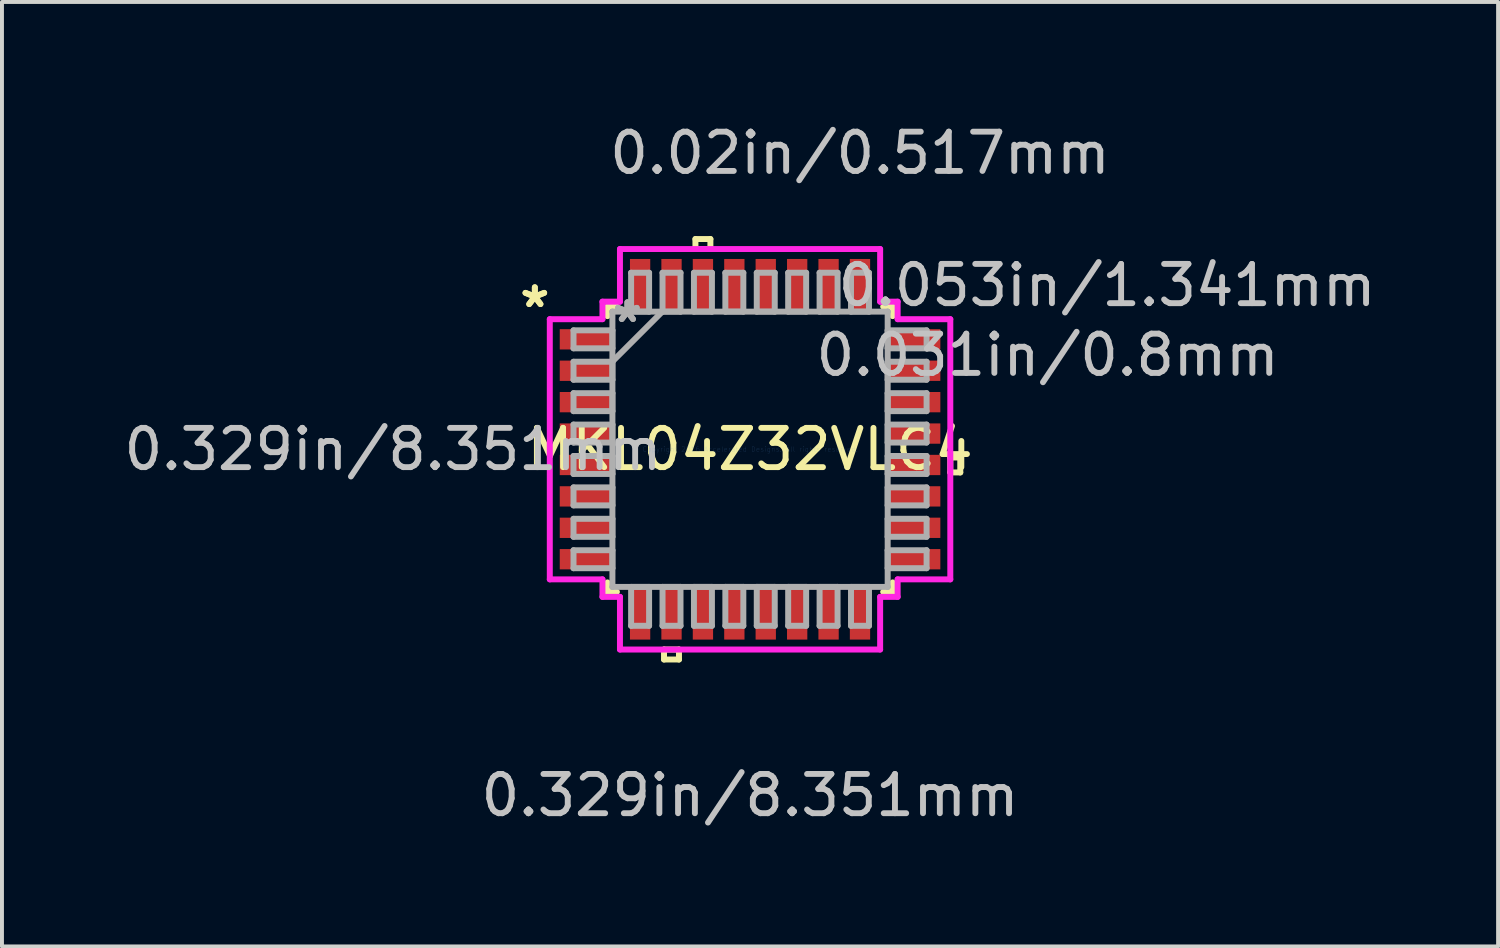
<source format=kicad_pcb>
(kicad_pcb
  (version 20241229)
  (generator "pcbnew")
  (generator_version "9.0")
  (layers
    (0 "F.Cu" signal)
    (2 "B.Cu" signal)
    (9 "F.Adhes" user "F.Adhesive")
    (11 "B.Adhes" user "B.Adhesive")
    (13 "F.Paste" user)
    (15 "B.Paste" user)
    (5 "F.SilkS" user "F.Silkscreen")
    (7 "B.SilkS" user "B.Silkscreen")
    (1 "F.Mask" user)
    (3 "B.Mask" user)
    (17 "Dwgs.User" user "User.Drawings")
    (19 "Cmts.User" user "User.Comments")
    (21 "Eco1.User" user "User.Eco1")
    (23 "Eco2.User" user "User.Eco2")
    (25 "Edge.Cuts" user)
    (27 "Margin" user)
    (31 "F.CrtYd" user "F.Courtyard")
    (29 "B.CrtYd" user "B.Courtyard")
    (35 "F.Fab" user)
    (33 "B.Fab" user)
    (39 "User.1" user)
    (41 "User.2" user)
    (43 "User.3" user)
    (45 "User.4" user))
  (footprint "MKL04Z32VLC4"
    (layer "F.Cu")
    (at 16.052 8.392)
    (property "Reference" "MKL04Z32VLC4" (at 0 0 0) (layer "F.SilkS") (effects (font (size 1 1) (thickness 0.15))))
    (attr through_hole)
    (fp_line (start -3.632 -3.632) (end -3.632 -3.391) (stroke (width 0.152) (type solid)) (layer "F.SilkS"))
    (fp_line (start -3.632 3.391) (end -3.632 3.632) (stroke (width 0.152) (type solid)) (layer "F.SilkS"))
    (fp_line (start -3.632 3.632) (end -3.391 3.632) (stroke (width 0.152) (type solid)) (layer "F.SilkS"))
    (fp_line (start -3.391 -3.632) (end -3.632 -3.632) (stroke (width 0.152) (type solid)) (layer "F.SilkS"))
    (fp_line (start -2.191 5.1) (end -2.191 5.354) (stroke (width 0.152) (type solid)) (layer "F.SilkS"))
    (fp_line (start -2.191 5.354) (end -1.81 5.354) (stroke (width 0.152) (type solid)) (layer "F.SilkS"))
    (fp_line (start -1.81 5.1) (end -2.191 5.1) (stroke (width 0.152) (type solid)) (layer "F.SilkS"))
    (fp_line (start -1.81 5.354) (end -1.81 5.1) (stroke (width 0.152) (type solid)) (layer "F.SilkS"))
    (fp_line (start -1.391 -5.354) (end -1.01 -5.354) (stroke (width 0.152) (type solid)) (layer "F.SilkS"))
    (fp_line (start -1.391 -5.1) (end -1.391 -5.354) (stroke (width 0.152) (type solid)) (layer "F.SilkS"))
    (fp_line (start -1.01 -5.354) (end -1.01 -5.1) (stroke (width 0.152) (type solid)) (layer "F.SilkS"))
    (fp_line (start -1.01 -5.1) (end -1.391 -5.1) (stroke (width 0.152) (type solid)) (layer "F.SilkS"))
    (fp_line (start 3.391 3.632) (end 3.632 3.632) (stroke (width 0.152) (type solid)) (layer "F.SilkS"))
    (fp_line (start 3.632 -3.632) (end 3.391 -3.632) (stroke (width 0.152) (type solid)) (layer "F.SilkS"))
    (fp_line (start 3.632 -3.391) (end 3.632 -3.632) (stroke (width 0.152) (type solid)) (layer "F.SilkS"))
    (fp_line (start 3.632 3.632) (end 3.632 3.391) (stroke (width 0.152) (type solid)) (layer "F.SilkS"))
    (fp_line (start 5.1 0.209) (end 5.354 0.209) (stroke (width 0.152) (type solid)) (layer "F.SilkS"))
    (fp_line (start 5.1 0.59) (end 5.1 0.209) (stroke (width 0.152) (type solid)) (layer "F.SilkS"))
    (fp_line (start 5.354 0.209) (end 5.354 0.59) (stroke (width 0.152) (type solid)) (layer "F.SilkS"))
    (fp_line (start 5.354 0.59) (end 5.1 0.59) (stroke (width 0.152) (type solid)) (layer "F.SilkS"))
    (fp_line (start -5.1 -3.313) (end -3.759 -3.313) (stroke (width 0.152) (type solid)) (layer "F.CrtYd"))
    (fp_line (start -5.1 3.313) (end -5.1 -3.313) (stroke (width 0.152) (type solid)) (layer "F.CrtYd"))
    (fp_line (start -3.759 -3.759) (end -3.313 -3.759) (stroke (width 0.152) (type solid)) (layer "F.CrtYd"))
    (fp_line (start -3.759 -3.313) (end -3.759 -3.759) (stroke (width 0.152) (type solid)) (layer "F.CrtYd"))
    (fp_line (start -3.759 3.313) (end -5.1 3.313) (stroke (width 0.152) (type solid)) (layer "F.CrtYd"))
    (fp_line (start -3.759 3.759) (end -3.759 3.313) (stroke (width 0.152) (type solid)) (layer "F.CrtYd"))
    (fp_line (start -3.313 -5.1) (end 3.313 -5.1) (stroke (width 0.152) (type solid)) (layer "F.CrtYd"))
    (fp_line (start -3.313 -3.759) (end -3.313 -5.1) (stroke (width 0.152) (type solid)) (layer "F.CrtYd"))
    (fp_line (start -3.313 3.759) (end -3.759 3.759) (stroke (width 0.152) (type solid)) (layer "F.CrtYd"))
    (fp_line (start -3.313 5.1) (end -3.313 3.759) (stroke (width 0.152) (type solid)) (layer "F.CrtYd"))
    (fp_line (start 3.313 -5.1) (end 3.313 -3.759) (stroke (width 0.152) (type solid)) (layer "F.CrtYd"))
    (fp_line (start 3.313 -3.759) (end 3.759 -3.759) (stroke (width 0.152) (type solid)) (layer "F.CrtYd"))
    (fp_line (start 3.313 3.759) (end 3.313 5.1) (stroke (width 0.152) (type solid)) (layer "F.CrtYd"))
    (fp_line (start 3.313 5.1) (end -3.313 5.1) (stroke (width 0.152) (type solid)) (layer "F.CrtYd"))
    (fp_line (start 3.759 -3.759) (end 3.759 -3.313) (stroke (width 0.152) (type solid)) (layer "F.CrtYd"))
    (fp_line (start 3.759 -3.313) (end 5.1 -3.313) (stroke (width 0.152) (type solid)) (layer "F.CrtYd"))
    (fp_line (start 3.759 3.313) (end 3.759 3.759) (stroke (width 0.152) (type solid)) (layer "F.CrtYd"))
    (fp_line (start 3.759 3.759) (end 3.313 3.759) (stroke (width 0.152) (type solid)) (layer "F.CrtYd"))
    (fp_line (start 5.1 -3.313) (end 5.1 3.313) (stroke (width 0.152) (type solid)) (layer "F.CrtYd"))
    (fp_line (start 5.1 3.313) (end 3.759 3.313) (stroke (width 0.152) (type solid)) (layer "F.CrtYd"))
    (fp_line (start -4.496 -3.029) (end -4.496 -2.571) (stroke (width 0.152) (type solid)) (layer "F.Fab"))
    (fp_line (start -4.496 -2.571) (end -3.505 -2.571) (stroke (width 0.152) (type solid)) (layer "F.Fab"))
    (fp_line (start -4.496 -2.229) (end -4.496 -1.771) (stroke (width 0.152) (type solid)) (layer "F.Fab"))
    (fp_line (start -4.496 -1.771) (end -3.505 -1.771) (stroke (width 0.152) (type solid)) (layer "F.Fab"))
    (fp_line (start -4.496 -1.429) (end -4.496 -0.971) (stroke (width 0.152) (type solid)) (layer "F.Fab"))
    (fp_line (start -4.496 -0.971) (end -3.505 -0.971) (stroke (width 0.152) (type solid)) (layer "F.Fab"))
    (fp_line (start -4.496 -0.629) (end -4.496 -0.171) (stroke (width 0.152) (type solid)) (layer "F.Fab"))
    (fp_line (start -4.496 -0.171) (end -3.505 -0.171) (stroke (width 0.152) (type solid)) (layer "F.Fab"))
    (fp_line (start -4.496 0.171) (end -4.496 0.629) (stroke (width 0.152) (type solid)) (layer "F.Fab"))
    (fp_line (start -4.496 0.629) (end -3.505 0.629) (stroke (width 0.152) (type solid)) (layer "F.Fab"))
    (fp_line (start -4.496 0.971) (end -4.496 1.429) (stroke (width 0.152) (type solid)) (layer "F.Fab"))
    (fp_line (start -4.496 1.429) (end -3.505 1.429) (stroke (width 0.152) (type solid)) (layer "F.Fab"))
    (fp_line (start -4.496 1.771) (end -4.496 2.229) (stroke (width 0.152) (type solid)) (layer "F.Fab"))
    (fp_line (start -4.496 2.229) (end -3.505 2.229) (stroke (width 0.152) (type solid)) (layer "F.Fab"))
    (fp_line (start -4.496 2.571) (end -4.496 3.029) (stroke (width 0.152) (type solid)) (layer "F.Fab"))
    (fp_line (start -4.496 3.029) (end -3.505 3.029) (stroke (width 0.152) (type solid)) (layer "F.Fab"))
    (fp_line (start -3.505 -3.505) (end -3.505 -3.505) (stroke (width 0.152) (type solid)) (layer "F.Fab"))
    (fp_line (start -3.505 -3.505) (end -3.505 3.505) (stroke (width 0.152) (type solid)) (layer "F.Fab"))
    (fp_line (start -3.505 -3.029) (end -4.496 -3.029) (stroke (width 0.152) (type solid)) (layer "F.Fab"))
    (fp_line (start -3.505 -2.571) (end -3.505 -3.029) (stroke (width 0.152) (type solid)) (layer "F.Fab"))
    (fp_line (start -3.505 -2.235) (end -2.235 -3.505) (stroke (width 0.152) (type solid)) (layer "F.Fab"))
    (fp_line (start -3.505 -2.229) (end -4.496 -2.229) (stroke (width 0.152) (type solid)) (layer "F.Fab"))
    (fp_line (start -3.505 -1.771) (end -3.505 -2.229) (stroke (width 0.152) (type solid)) (layer "F.Fab"))
    (fp_line (start -3.505 -1.429) (end -4.496 -1.429) (stroke (width 0.152) (type solid)) (layer "F.Fab"))
    (fp_line (start -3.505 -0.971) (end -3.505 -1.429) (stroke (width 0.152) (type solid)) (layer "F.Fab"))
    (fp_line (start -3.505 -0.629) (end -4.496 -0.629) (stroke (width 0.152) (type solid)) (layer "F.Fab"))
    (fp_line (start -3.505 -0.171) (end -3.505 -0.629) (stroke (width 0.152) (type solid)) (layer "F.Fab"))
    (fp_line (start -3.505 0.171) (end -4.496 0.171) (stroke (width 0.152) (type solid)) (layer "F.Fab"))
    (fp_line (start -3.505 0.629) (end -3.505 0.171) (stroke (width 0.152) (type solid)) (layer "F.Fab"))
    (fp_line (start -3.505 0.971) (end -4.496 0.971) (stroke (width 0.152) (type solid)) (layer "F.Fab"))
    (fp_line (start -3.505 1.429) (end -3.505 0.971) (stroke (width 0.152) (type solid)) (layer "F.Fab"))
    (fp_line (start -3.505 1.771) (end -4.496 1.771) (stroke (width 0.152) (type solid)) (layer "F.Fab"))
    (fp_line (start -3.505 2.229) (end -3.505 1.771) (stroke (width 0.152) (type solid)) (layer "F.Fab"))
    (fp_line (start -3.505 2.571) (end -4.496 2.571) (stroke (width 0.152) (type solid)) (layer "F.Fab"))
    (fp_line (start -3.505 3.029) (end -3.505 2.571) (stroke (width 0.152) (type solid)) (layer "F.Fab"))
    (fp_line (start -3.505 3.505) (end -3.505 3.505) (stroke (width 0.152) (type solid)) (layer "F.Fab"))
    (fp_line (start -3.505 3.505) (end 3.505 3.505) (stroke (width 0.152) (type solid)) (layer "F.Fab"))
    (fp_line (start -3.029 -4.496) (end -3.029 -3.505) (stroke (width 0.152) (type solid)) (layer "F.Fab"))
    (fp_line (start -3.029 -3.505) (end -2.571 -3.505) (stroke (width 0.152) (type solid)) (layer "F.Fab"))
    (fp_line (start -3.029 3.505) (end -3.029 4.496) (stroke (width 0.152) (type solid)) (layer "F.Fab"))
    (fp_line (start -3.029 4.496) (end -2.571 4.496) (stroke (width 0.152) (type solid)) (layer "F.Fab"))
    (fp_line (start -2.571 -4.496) (end -3.029 -4.496) (stroke (width 0.152) (type solid)) (layer "F.Fab"))
    (fp_line (start -2.571 -3.505) (end -2.571 -4.496) (stroke (width 0.152) (type solid)) (layer "F.Fab"))
    (fp_line (start -2.571 3.505) (end -3.029 3.505) (stroke (width 0.152) (type solid)) (layer "F.Fab"))
    (fp_line (start -2.571 4.496) (end -2.571 3.505) (stroke (width 0.152) (type solid)) (layer "F.Fab"))
    (fp_line (start -2.229 -4.496) (end -2.229 -3.505) (stroke (width 0.152) (type solid)) (layer "F.Fab"))
    (fp_line (start -2.229 -3.505) (end -1.771 -3.505) (stroke (width 0.152) (type solid)) (layer "F.Fab"))
    (fp_line (start -2.229 3.505) (end -2.229 4.496) (stroke (width 0.152) (type solid)) (layer "F.Fab"))
    (fp_line (start -2.229 4.496) (end -1.771 4.496) (stroke (width 0.152) (type solid)) (layer "F.Fab"))
    (fp_line (start -1.771 -4.496) (end -2.229 -4.496) (stroke (width 0.152) (type solid)) (layer "F.Fab"))
    (fp_line (start -1.771 -3.505) (end -1.771 -4.496) (stroke (width 0.152) (type solid)) (layer "F.Fab"))
    (fp_line (start -1.771 3.505) (end -2.229 3.505) (stroke (width 0.152) (type solid)) (layer "F.Fab"))
    (fp_line (start -1.771 4.496) (end -1.771 3.505) (stroke (width 0.152) (type solid)) (layer "F.Fab"))
    (fp_line (start -1.429 -4.496) (end -1.429 -3.505) (stroke (width 0.152) (type solid)) (layer "F.Fab"))
    (fp_line (start -1.429 -3.505) (end -0.971 -3.505) (stroke (width 0.152) (type solid)) (layer "F.Fab"))
    (fp_line (start -1.429 3.505) (end -1.429 4.496) (stroke (width 0.152) (type solid)) (layer "F.Fab"))
    (fp_line (start -1.429 4.496) (end -0.971 4.496) (stroke (width 0.152) (type solid)) (layer "F.Fab"))
    (fp_line (start -0.971 -4.496) (end -1.429 -4.496) (stroke (width 0.152) (type solid)) (layer "F.Fab"))
    (fp_line (start -0.971 -3.505) (end -0.971 -4.496) (stroke (width 0.152) (type solid)) (layer "F.Fab"))
    (fp_line (start -0.971 3.505) (end -1.429 3.505) (stroke (width 0.152) (type solid)) (layer "F.Fab"))
    (fp_line (start -0.971 4.496) (end -0.971 3.505) (stroke (width 0.152) (type solid)) (layer "F.Fab"))
    (fp_line (start -0.629 -4.496) (end -0.629 -3.505) (stroke (width 0.152) (type solid)) (layer "F.Fab"))
    (fp_line (start -0.629 -3.505) (end -0.171 -3.505) (stroke (width 0.152) (type solid)) (layer "F.Fab"))
    (fp_line (start -0.629 3.505) (end -0.629 4.496) (stroke (width 0.152) (type solid)) (layer "F.Fab"))
    (fp_line (start -0.629 4.496) (end -0.171 4.496) (stroke (width 0.152) (type solid)) (layer "F.Fab"))
    (fp_line (start -0.171 -4.496) (end -0.629 -4.496) (stroke (width 0.152) (type solid)) (layer "F.Fab"))
    (fp_line (start -0.171 -3.505) (end -0.171 -4.496) (stroke (width 0.152) (type solid)) (layer "F.Fab"))
    (fp_line (start -0.171 3.505) (end -0.629 3.505) (stroke (width 0.152) (type solid)) (layer "F.Fab"))
    (fp_line (start -0.171 4.496) (end -0.171 3.505) (stroke (width 0.152) (type solid)) (layer "F.Fab"))
    (fp_line (start 0.171 -4.496) (end 0.171 -3.505) (stroke (width 0.152) (type solid)) (layer "F.Fab"))
    (fp_line (start 0.171 -3.505) (end 0.629 -3.505) (stroke (width 0.152) (type solid)) (layer "F.Fab"))
    (fp_line (start 0.171 3.505) (end 0.171 4.496) (stroke (width 0.152) (type solid)) (layer "F.Fab"))
    (fp_line (start 0.171 4.496) (end 0.629 4.496) (stroke (width 0.152) (type solid)) (layer "F.Fab"))
    (fp_line (start 0.629 -4.496) (end 0.171 -4.496) (stroke (width 0.152) (type solid)) (layer "F.Fab"))
    (fp_line (start 0.629 -3.505) (end 0.629 -4.496) (stroke (width 0.152) (type solid)) (layer "F.Fab"))
    (fp_line (start 0.629 3.505) (end 0.171 3.505) (stroke (width 0.152) (type solid)) (layer "F.Fab"))
    (fp_line (start 0.629 4.496) (end 0.629 3.505) (stroke (width 0.152) (type solid)) (layer "F.Fab"))
    (fp_line (start 0.971 -4.496) (end 0.971 -3.505) (stroke (width 0.152) (type solid)) (layer "F.Fab"))
    (fp_line (start 0.971 -3.505) (end 1.429 -3.505) (stroke (width 0.152) (type solid)) (layer "F.Fab"))
    (fp_line (start 0.971 3.505) (end 0.971 4.496) (stroke (width 0.152) (type solid)) (layer "F.Fab"))
    (fp_line (start 0.971 4.496) (end 1.429 4.496) (stroke (width 0.152) (type solid)) (layer "F.Fab"))
    (fp_line (start 1.429 -4.496) (end 0.971 -4.496) (stroke (width 0.152) (type solid)) (layer "F.Fab"))
    (fp_line (start 1.429 -3.505) (end 1.429 -4.496) (stroke (width 0.152) (type solid)) (layer "F.Fab"))
    (fp_line (start 1.429 3.505) (end 0.971 3.505) (stroke (width 0.152) (type solid)) (layer "F.Fab"))
    (fp_line (start 1.429 4.496) (end 1.429 3.505) (stroke (width 0.152) (type solid)) (layer "F.Fab"))
    (fp_line (start 1.771 -4.496) (end 1.771 -3.505) (stroke (width 0.152) (type solid)) (layer "F.Fab"))
    (fp_line (start 1.771 -3.505) (end 2.229 -3.505) (stroke (width 0.152) (type solid)) (layer "F.Fab"))
    (fp_line (start 1.771 3.505) (end 1.771 4.496) (stroke (width 0.152) (type solid)) (layer "F.Fab"))
    (fp_line (start 1.771 4.496) (end 2.229 4.496) (stroke (width 0.152) (type solid)) (layer "F.Fab"))
    (fp_line (start 2.229 -4.496) (end 1.771 -4.496) (stroke (width 0.152) (type solid)) (layer "F.Fab"))
    (fp_line (start 2.229 -3.505) (end 2.229 -4.496) (stroke (width 0.152) (type solid)) (layer "F.Fab"))
    (fp_line (start 2.229 3.505) (end 1.771 3.505) (stroke (width 0.152) (type solid)) (layer "F.Fab"))
    (fp_line (start 2.229 4.496) (end 2.229 3.505) (stroke (width 0.152) (type solid)) (layer "F.Fab"))
    (fp_line (start 2.571 -4.496) (end 2.571 -3.505) (stroke (width 0.152) (type solid)) (layer "F.Fab"))
    (fp_line (start 2.571 -3.505) (end 3.029 -3.505) (stroke (width 0.152) (type solid)) (layer "F.Fab"))
    (fp_line (start 2.571 3.505) (end 2.571 4.496) (stroke (width 0.152) (type solid)) (layer "F.Fab"))
    (fp_line (start 2.571 4.496) (end 3.029 4.496) (stroke (width 0.152) (type solid)) (layer "F.Fab"))
    (fp_line (start 3.029 -4.496) (end 2.571 -4.496) (stroke (width 0.152) (type solid)) (layer "F.Fab"))
    (fp_line (start 3.029 -3.505) (end 3.029 -4.496) (stroke (width 0.152) (type solid)) (layer "F.Fab"))
    (fp_line (start 3.029 3.505) (end 2.571 3.505) (stroke (width 0.152) (type solid)) (layer "F.Fab"))
    (fp_line (start 3.029 4.496) (end 3.029 3.505) (stroke (width 0.152) (type solid)) (layer "F.Fab"))
    (fp_line (start 3.505 -3.505) (end -3.505 -3.505) (stroke (width 0.152) (type solid)) (layer "F.Fab"))
    (fp_line (start 3.505 -3.505) (end 3.505 -3.505) (stroke (width 0.152) (type solid)) (layer "F.Fab"))
    (fp_line (start 3.505 -3.029) (end 3.505 -2.571) (stroke (width 0.152) (type solid)) (layer "F.Fab"))
    (fp_line (start 3.505 -2.571) (end 4.496 -2.571) (stroke (width 0.152) (type solid)) (layer "F.Fab"))
    (fp_line (start 3.505 -2.229) (end 3.505 -1.771) (stroke (width 0.152) (type solid)) (layer "F.Fab"))
    (fp_line (start 3.505 -1.771) (end 4.496 -1.771) (stroke (width 0.152) (type solid)) (layer "F.Fab"))
    (fp_line (start 3.505 -1.429) (end 3.505 -0.971) (stroke (width 0.152) (type solid)) (layer "F.Fab"))
    (fp_line (start 3.505 -0.971) (end 4.496 -0.971) (stroke (width 0.152) (type solid)) (layer "F.Fab"))
    (fp_line (start 3.505 -0.629) (end 3.505 -0.171) (stroke (width 0.152) (type solid)) (layer "F.Fab"))
    (fp_line (start 3.505 -0.171) (end 4.496 -0.171) (stroke (width 0.152) (type solid)) (layer "F.Fab"))
    (fp_line (start 3.505 0.171) (end 3.505 0.629) (stroke (width 0.152) (type solid)) (layer "F.Fab"))
    (fp_line (start 3.505 0.629) (end 4.496 0.629) (stroke (width 0.152) (type solid)) (layer "F.Fab"))
    (fp_line (start 3.505 0.971) (end 3.505 1.429) (stroke (width 0.152) (type solid)) (layer "F.Fab"))
    (fp_line (start 3.505 1.429) (end 4.496 1.429) (stroke (width 0.152) (type solid)) (layer "F.Fab"))
    (fp_line (start 3.505 1.771) (end 3.505 2.229) (stroke (width 0.152) (type solid)) (layer "F.Fab"))
    (fp_line (start 3.505 2.229) (end 4.496 2.229) (stroke (width 0.152) (type solid)) (layer "F.Fab"))
    (fp_line (start 3.505 2.571) (end 3.505 3.029) (stroke (width 0.152) (type solid)) (layer "F.Fab"))
    (fp_line (start 3.505 3.029) (end 4.496 3.029) (stroke (width 0.152) (type solid)) (layer "F.Fab"))
    (fp_line (start 3.505 3.505) (end 3.505 -3.505) (stroke (width 0.152) (type solid)) (layer "F.Fab"))
    (fp_line (start 3.505 3.505) (end 3.505 3.505) (stroke (width 0.152) (type solid)) (layer "F.Fab"))
    (fp_line (start 4.496 -3.029) (end 3.505 -3.029) (stroke (width 0.152) (type solid)) (layer "F.Fab"))
    (fp_line (start 4.496 -2.571) (end 4.496 -3.029) (stroke (width 0.152) (type solid)) (layer "F.Fab"))
    (fp_line (start 4.496 -2.229) (end 3.505 -2.229) (stroke (width 0.152) (type solid)) (layer "F.Fab"))
    (fp_line (start 4.496 -1.771) (end 4.496 -2.229) (stroke (width 0.152) (type solid)) (layer "F.Fab"))
    (fp_line (start 4.496 -1.429) (end 3.505 -1.429) (stroke (width 0.152) (type solid)) (layer "F.Fab"))
    (fp_line (start 4.496 -0.971) (end 4.496 -1.429) (stroke (width 0.152) (type solid)) (layer "F.Fab"))
    (fp_line (start 4.496 -0.629) (end 3.505 -0.629) (stroke (width 0.152) (type solid)) (layer "F.Fab"))
    (fp_line (start 4.496 -0.171) (end 4.496 -0.629) (stroke (width 0.152) (type solid)) (layer "F.Fab"))
    (fp_line (start 4.496 0.171) (end 3.505 0.171) (stroke (width 0.152) (type solid)) (layer "F.Fab"))
    (fp_line (start 4.496 0.629) (end 4.496 0.171) (stroke (width 0.152) (type solid)) (layer "F.Fab"))
    (fp_line (start 4.496 0.971) (end 3.505 0.971) (stroke (width 0.152) (type solid)) (layer "F.Fab"))
    (fp_line (start 4.496 1.429) (end 4.496 0.971) (stroke (width 0.152) (type solid)) (layer "F.Fab"))
    (fp_line (start 4.496 1.771) (end 3.505 1.771) (stroke (width 0.152) (type solid)) (layer "F.Fab"))
    (fp_line (start 4.496 2.229) (end 4.496 1.771) (stroke (width 0.152) (type solid)) (layer "F.Fab"))
    (fp_line (start 4.496 2.571) (end 3.505 2.571) (stroke (width 0.152) (type solid)) (layer "F.Fab"))
    (fp_line (start 4.496 3.029) (end 4.496 2.571) (stroke (width 0.152) (type solid)) (layer "F.Fab"))
    (fp_text user "*" (at -5.481 -3.581 0) (layer "F.SilkS") (effects (font (size 1 1) (thickness 0.15))))
    (fp_text user "*" (at -5.481 -3.581 0) (layer "F.SilkS") (effects (font (size 1 1) (thickness 0.15))))
    (fp_text user "0.02in/0.517mm" (at 2.8 -7.544 0) (layer "Dwgs.User") (effects (font (size 1 1) (thickness 0.15))))
    (fp_text user "0.031in/0.8mm" (at 7.579 -2.4 0) (layer "Dwgs.User") (effects (font (size 1 1) (thickness 0.15))))
    (fp_text user "0.329in/8.351mm" (at 0 8.814 0) (layer "Dwgs.User") (effects (font (size 1 1) (thickness 0.15))))
    (fp_text user "0.053in/1.341mm" (at 9.093 -4.176 0) (layer "Dwgs.User") (effects (font (size 1 1) (thickness 0.15))))
    (fp_text user "0.329in/8.351mm" (at -9.093 0 0) (layer "Dwgs.User") (effects (font (size 1 1) (thickness 0.15))))
    (fp_text user "Copyright 2016 Accelerated Designs. All rights reserved." (at 0 0 0) (layer "Cmts.User") (effects (font (size 0.127 0.127) (thickness 0.002))))
    (fp_text user "*" (at -3.124 -3.2 0) (layer "F.Fab") (effects (font (size 1 1) (thickness 0.15))))
    (fp_text user "*" (at -3.124 -3.2 0) (layer "F.Fab") (effects (font (size 1 1) (thickness 0.15))))
    (pad "1" smd rect (at -4.176 -2.8 90) (size 0.517 1.341) (layers "F.Cu" "F.Mask" "F.Paste"))
    (pad "2" smd rect (at -4.176 -2 90) (size 0.517 1.341) (layers "F.Cu" "F.Mask" "F.Paste"))
    (pad "3" smd rect (at -4.176 -1.2 90) (size 0.517 1.341) (layers "F.Cu" "F.Mask" "F.Paste"))
    (pad "4" smd rect (at -4.176 -0.4 90) (size 0.517 1.341) (layers "F.Cu" "F.Mask" "F.Paste"))
    (pad "5" smd rect (at -4.176 0.4 90) (size 0.517 1.341) (layers "F.Cu" "F.Mask" "F.Paste"))
    (pad "6" smd rect (at -4.176 1.2 90) (size 0.517 1.341) (layers "F.Cu" "F.Mask" "F.Paste"))
    (pad "7" smd rect (at -4.176 2 90) (size 0.517 1.341) (layers "F.Cu" "F.Mask" "F.Paste"))
    (pad "8" smd rect (at -4.176 2.8 90) (size 0.517 1.341) (layers "F.Cu" "F.Mask" "F.Paste"))
    (pad "9" smd rect (at -2.8 4.176) (size 0.517 1.341) (layers "F.Cu" "F.Mask" "F.Paste"))
    (pad "10" smd rect (at -2 4.176) (size 0.517 1.341) (layers "F.Cu" "F.Mask" "F.Paste"))
    (pad "11" smd rect (at -1.2 4.176) (size 0.517 1.341) (layers "F.Cu" "F.Mask" "F.Paste"))
    (pad "12" smd rect (at -0.4 4.176) (size 0.517 1.341) (layers "F.Cu" "F.Mask" "F.Paste"))
    (pad "13" smd rect (at 0.4 4.176) (size 0.517 1.341) (layers "F.Cu" "F.Mask" "F.Paste"))
    (pad "14" smd rect (at 1.2 4.176) (size 0.517 1.341) (layers "F.Cu" "F.Mask" "F.Paste"))
    (pad "15" smd rect (at 2 4.176) (size 0.517 1.341) (layers "F.Cu" "F.Mask" "F.Paste"))
    (pad "16" smd rect (at 2.8 4.176) (size 0.517 1.341) (layers "F.Cu" "F.Mask" "F.Paste"))
    (pad "17" smd rect (at 4.176 2.8 90) (size 0.517 1.341) (layers "F.Cu" "F.Mask" "F.Paste"))
    (pad "18" smd rect (at 4.176 2 90) (size 0.517 1.341) (layers "F.Cu" "F.Mask" "F.Paste"))
    (pad "19" smd rect (at 4.176 1.2 90) (size 0.517 1.341) (layers "F.Cu" "F.Mask" "F.Paste"))
    (pad "20" smd rect (at 4.176 0.4 90) (size 0.517 1.341) (layers "F.Cu" "F.Mask" "F.Paste"))
    (pad "21" smd rect (at 4.176 -0.4 90) (size 0.517 1.341) (layers "F.Cu" "F.Mask" "F.Paste"))
    (pad "22" smd rect (at 4.176 -1.2 90) (size 0.517 1.341) (layers "F.Cu" "F.Mask" "F.Paste"))
    (pad "23" smd rect (at 4.176 -2 90) (size 0.517 1.341) (layers "F.Cu" "F.Mask" "F.Paste"))
    (pad "24" smd rect (at 4.176 -2.8 90) (size 0.517 1.341) (layers "F.Cu" "F.Mask" "F.Paste"))
    (pad "25" smd rect (at 2.8 -4.176) (size 0.517 1.341) (layers "F.Cu" "F.Mask" "F.Paste"))
    (pad "26" smd rect (at 2 -4.176) (size 0.517 1.341) (layers "F.Cu" "F.Mask" "F.Paste"))
    (pad "27" smd rect (at 1.2 -4.176) (size 0.517 1.341) (layers "F.Cu" "F.Mask" "F.Paste"))
    (pad "28" smd rect (at 0.4 -4.176) (size 0.517 1.341) (layers "F.Cu" "F.Mask" "F.Paste"))
    (pad "29" smd rect (at -0.4 -4.176) (size 0.517 1.341) (layers "F.Cu" "F.Mask" "F.Paste"))
    (pad "30" smd rect (at -1.2 -4.176) (size 0.517 1.341) (layers "F.Cu" "F.Mask" "F.Paste"))
    (pad "31" smd rect (at -2 -4.176) (size 0.517 1.341) (layers "F.Cu" "F.Mask" "F.Paste"))
    (pad "32" smd rect (at -2.8 -4.176) (size 0.517 1.341) (layers "F.Cu" "F.Mask" "F.Paste")))
  (gr_rect
    (start -3 -3)
    (end 35.103 21.054)
    (stroke (width 0.1) (type default))
    (fill no)
    (layer "Edge.Cuts")))
</source>
